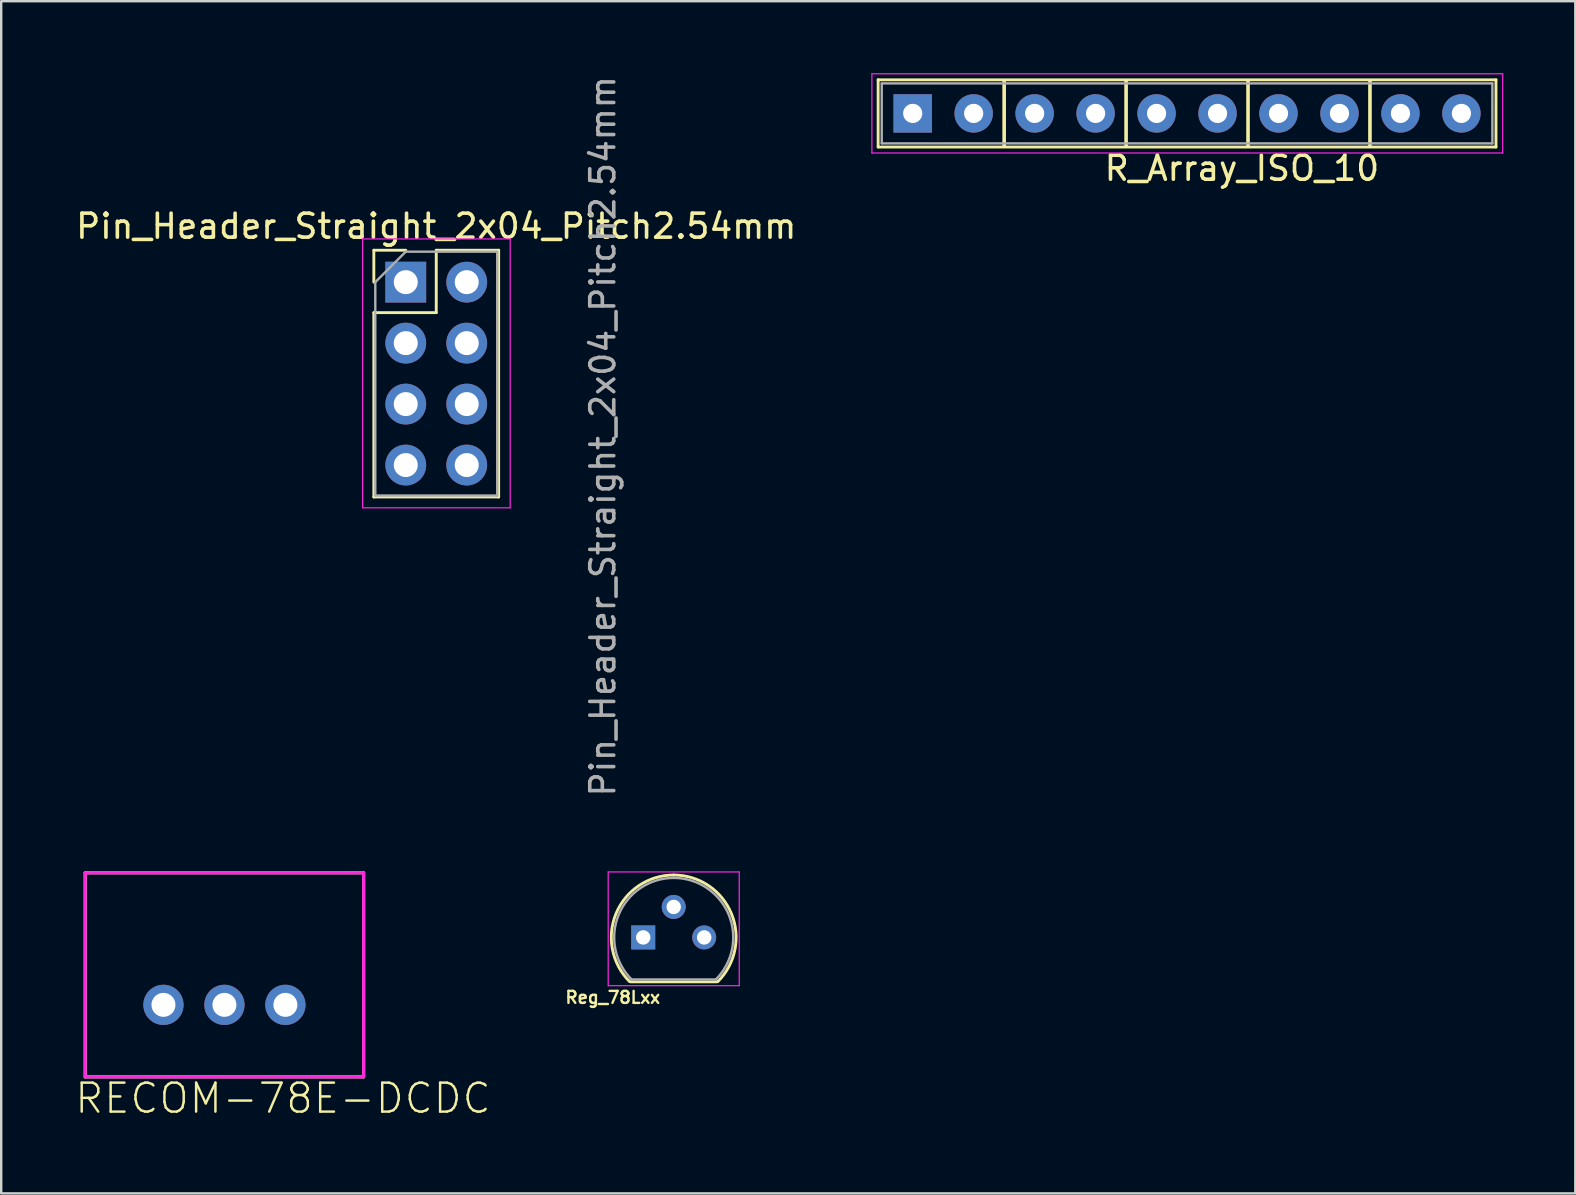
<source format=kicad_pcb>
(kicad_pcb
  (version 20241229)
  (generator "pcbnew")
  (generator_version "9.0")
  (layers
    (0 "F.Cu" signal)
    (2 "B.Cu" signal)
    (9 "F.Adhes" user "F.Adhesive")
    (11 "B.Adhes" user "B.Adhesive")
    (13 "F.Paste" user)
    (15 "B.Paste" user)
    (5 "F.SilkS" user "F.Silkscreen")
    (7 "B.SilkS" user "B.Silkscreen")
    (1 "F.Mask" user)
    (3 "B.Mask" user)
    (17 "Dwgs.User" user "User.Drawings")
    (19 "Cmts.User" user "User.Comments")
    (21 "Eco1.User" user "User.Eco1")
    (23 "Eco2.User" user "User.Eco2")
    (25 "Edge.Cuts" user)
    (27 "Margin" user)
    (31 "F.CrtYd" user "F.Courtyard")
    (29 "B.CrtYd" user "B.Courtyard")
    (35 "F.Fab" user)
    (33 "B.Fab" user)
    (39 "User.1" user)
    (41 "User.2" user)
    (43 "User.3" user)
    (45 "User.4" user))
  (footprint "RECOM-78E-DCDC"
    (layer "F.Cu")
    (at 6.3 38.814)
    (property "Reference" "RECOM-78E-DCDC" (at -6.3 4.6 0) (layer "F.SilkS") (effects (font (size 1.206 1.206) (thickness 0.102)) (justify left bottom)))
    (attr through_hole)
    (fp_line (start -5.8 -5.5) (end -5.8 3) (stroke (width 0.127) (type solid)) (layer "F.SilkS"))
    (fp_line (start -5.8 3) (end 5.8 3) (stroke (width 0.127) (type solid)) (layer "F.SilkS"))
    (fp_line (start 5.8 -5.5) (end -5.8 -5.5) (stroke (width 0.127) (type solid)) (layer "F.SilkS"))
    (fp_line (start 5.8 3) (end 5.8 -5.5) (stroke (width 0.127) (type solid)) (layer "F.SilkS"))
    (fp_line (start -5.8 -5.5) (end -5.8 3) (stroke (width 0.127) (type solid)) (layer "F.CrtYd"))
    (fp_line (start -5.8 3) (end 5.8 3) (stroke (width 0.127) (type solid)) (layer "F.CrtYd"))
    (fp_line (start 5.8 -5.5) (end -5.8 -5.5) (stroke (width 0.127) (type solid)) (layer "F.CrtYd"))
    (fp_line (start 5.8 3) (end 5.8 -5.5) (stroke (width 0.127) (type solid)) (layer "F.CrtYd"))
    (pad "1" thru_hole circle (at -2.54 0) (size 1.676 1.676) (drill 1) (layers "*.Cu" "*.Mask"))
    (pad "2" thru_hole circle (at 0 0) (size 1.676 1.676) (drill 1) (layers "*.Cu" "*.Mask"))
    (pad "3" thru_hole circle (at 2.54 0) (size 1.676 1.676) (drill 1) (layers "*.Cu" "*.Mask")))
  (footprint "R_Array_ISO_10"
    (layer "F.Cu")
    (at 34.975 1.675)
    (property "Reference" "R_Array_ISO_10" (at 13.716 2.286 0) (layer "F.SilkS") (effects (font (size 1 1) (thickness 0.15))))
    (attr through_hole)
    (fp_line (start -1.44 -1.4) (end -1.44 1.4) (stroke (width 0.12) (type solid)) (layer "F.SilkS"))
    (fp_line (start -1.44 1.4) (end 24.3 1.4) (stroke (width 0.12) (type solid)) (layer "F.SilkS"))
    (fp_line (start 3.81 -1.35) (end 3.81 1.35) (stroke (width 0.15) (type solid)) (layer "F.SilkS"))
    (fp_line (start 8.89 1.35) (end 8.89 -1.35) (stroke (width 0.15) (type solid)) (layer "F.SilkS"))
    (fp_line (start 13.97 -1.35) (end 13.97 1.35) (stroke (width 0.15) (type solid)) (layer "F.SilkS"))
    (fp_line (start 19.05 -1.35) (end 19.05 1.35) (stroke (width 0.15) (type solid)) (layer "F.SilkS"))
    (fp_line (start 24.3 -1.4) (end -1.44 -1.4) (stroke (width 0.12) (type solid)) (layer "F.SilkS"))
    (fp_line (start 24.3 1.4) (end 24.3 -1.4) (stroke (width 0.12) (type solid)) (layer "F.SilkS"))
    (fp_line (start -1.7 -1.65) (end -1.7 1.65) (stroke (width 0.05) (type solid)) (layer "F.CrtYd"))
    (fp_line (start -1.7 1.65) (end 24.58 1.65) (stroke (width 0.05) (type solid)) (layer "F.CrtYd"))
    (fp_line (start 24.58 -1.65) (end -1.7 -1.65) (stroke (width 0.05) (type solid)) (layer "F.CrtYd"))
    (fp_line (start 24.58 1.65) (end 24.58 -1.65) (stroke (width 0.05) (type solid)) (layer "F.CrtYd"))
    (fp_line (start -1.29 -1.25) (end -1.29 1.25) (stroke (width 0.1) (type solid)) (layer "F.Fab"))
    (fp_line (start -1.29 1.25) (end 24.15 1.25) (stroke (width 0.1) (type solid)) (layer "F.Fab"))
    (fp_line (start 24.15 -1.25) (end -1.29 -1.25) (stroke (width 0.1) (type solid)) (layer "F.Fab"))
    (fp_line (start 24.15 1.25) (end 24.15 -1.25) (stroke (width 0.1) (type solid)) (layer "F.Fab"))
    (pad "1" thru_hole rect (at 0 0) (size 1.6 1.6) (drill 0.8) (layers "*.Cu" "*.Mask"))
    (pad "2" thru_hole oval (at 2.54 0) (size 1.6 1.6) (drill 0.8) (layers "*.Cu" "*.Mask"))
    (pad "3" thru_hole oval (at 5.08 0) (size 1.6 1.6) (drill 0.8) (layers "*.Cu" "*.Mask"))
    (pad "4" thru_hole oval (at 7.62 0) (size 1.6 1.6) (drill 0.8) (layers "*.Cu" "*.Mask"))
    (pad "5" thru_hole oval (at 10.16 0) (size 1.6 1.6) (drill 0.8) (layers "*.Cu" "*.Mask"))
    (pad "6" thru_hole oval (at 12.7 0) (size 1.6 1.6) (drill 0.8) (layers "*.Cu" "*.Mask"))
    (pad "7" thru_hole oval (at 15.24 0) (size 1.6 1.6) (drill 0.8) (layers "*.Cu" "*.Mask"))
    (pad "8" thru_hole oval (at 17.78 0) (size 1.6 1.6) (drill 0.8) (layers "*.Cu" "*.Mask"))
    (pad "9" thru_hole oval (at 20.32 0) (size 1.6 1.6) (drill 0.8) (layers "*.Cu" "*.Mask"))
    (pad "10" thru_hole oval (at 22.86 0) (size 1.6 1.6) (drill 0.8) (layers "*.Cu" "*.Mask")))
  (footprint "Pin_Header_Straight_2x04_Pitch2.54mm"
    (layer "F.Cu")
    (at 15.075 12.515)
    (property "Reference" "Pin_Header_Straight_2x04_Pitch2.54mm" (at 0.05 -6.14 0) (layer "F.SilkS") (effects (font (size 1 1) (thickness 0.15))))
    (attr through_hole)
    (fp_line (start -2.55 -5.14) (end -1.22 -5.14) (stroke (width 0.12) (type solid)) (layer "F.SilkS"))
    (fp_line (start -2.55 -3.81) (end -2.55 -5.14) (stroke (width 0.12) (type solid)) (layer "F.SilkS"))
    (fp_line (start -2.55 -2.54) (end -2.55 5.14) (stroke (width 0.12) (type solid)) (layer "F.SilkS"))
    (fp_line (start -2.55 -2.54) (end 0.05 -2.54) (stroke (width 0.12) (type solid)) (layer "F.SilkS"))
    (fp_line (start -2.55 5.14) (end 2.65 5.14) (stroke (width 0.12) (type solid)) (layer "F.SilkS"))
    (fp_line (start 0.05 -5.14) (end 2.65 -5.14) (stroke (width 0.12) (type solid)) (layer "F.SilkS"))
    (fp_line (start 0.05 -2.54) (end 0.05 -5.14) (stroke (width 0.12) (type solid)) (layer "F.SilkS"))
    (fp_line (start 2.65 -5.14) (end 2.65 5.14) (stroke (width 0.12) (type solid)) (layer "F.SilkS"))
    (fp_line (start -3.02 -5.61) (end -3.02 5.59) (stroke (width 0.05) (type solid)) (layer "F.CrtYd"))
    (fp_line (start -3.02 5.59) (end 3.13 5.59) (stroke (width 0.05) (type solid)) (layer "F.CrtYd"))
    (fp_line (start 3.13 -5.61) (end -3.02 -5.61) (stroke (width 0.05) (type solid)) (layer "F.CrtYd"))
    (fp_line (start 3.13 5.59) (end 3.13 -5.61) (stroke (width 0.05) (type solid)) (layer "F.CrtYd"))
    (fp_line (start -2.49 -3.81) (end -1.22 -5.08) (stroke (width 0.1) (type solid)) (layer "F.Fab"))
    (fp_line (start -2.49 5.08) (end -2.49 -3.81) (stroke (width 0.1) (type solid)) (layer "F.Fab"))
    (fp_line (start -1.22 -5.08) (end 2.59 -5.08) (stroke (width 0.1) (type solid)) (layer "F.Fab"))
    (fp_line (start 2.59 -5.08) (end 2.59 5.08) (stroke (width 0.1) (type solid)) (layer "F.Fab"))
    (fp_line (start 2.59 5.08) (end -2.49 5.08) (stroke (width 0.1) (type solid)) (layer "F.Fab"))
    (fp_text user "${REFERENCE}" (at 6.99 2.61 90) (layer "F.Fab") (effects (font (size 1 1) (thickness 0.15))))
    (pad "1" thru_hole rect (at -1.22 -3.81) (size 1.7 1.7) (drill 1) (layers "*.Cu" "*.Mask"))
    (pad "2" thru_hole oval (at 1.32 -3.81) (size 1.7 1.7) (drill 1) (layers "*.Cu" "*.Mask"))
    (pad "3" thru_hole oval (at -1.22 -1.27) (size 1.7 1.7) (drill 1) (layers "*.Cu" "*.Mask"))
    (pad "4" thru_hole oval (at 1.32 -1.27) (size 1.7 1.7) (drill 1) (layers "*.Cu" "*.Mask"))
    (pad "5" thru_hole oval (at -1.22 1.27) (size 1.7 1.7) (drill 1) (layers "*.Cu" "*.Mask"))
    (pad "6" thru_hole oval (at 1.32 1.27) (size 1.7 1.7) (drill 1) (layers "*.Cu" "*.Mask"))
    (pad "7" thru_hole oval (at -1.22 3.81) (size 1.7 1.7) (drill 1) (layers "*.Cu" "*.Mask"))
    (pad "8" thru_hole oval (at 1.32 3.81) (size 1.7 1.7) (drill 1) (layers "*.Cu" "*.Mask")))
  (footprint "Reg_78Lxx"
    (layer "F.Cu")
    (at 23.748 36.005)
    (property "Reference" "Reg_78Lxx" (at -1.27 2.5 0) (layer "F.SilkS") (effects (font (size 0.5 0.5) (thickness 0.1))))
    (attr through_hole)
    (fp_line (start -0.53 1.85) (end 3.07 1.85) (stroke (width 0.12) (type solid)) (layer "F.SilkS"))
    (fp_arc (start -0.568478 1.838478) (mid -1.132087 -0.994977) (end 1.27 -2.6) (stroke (width 0.12) (type solid)) (layer "F.SilkS"))
    (fp_arc (start 1.27 -2.6) (mid 3.672087 -0.994977) (end 3.108478 1.838478) (stroke (width 0.12) (type solid)) (layer "F.SilkS"))
    (fp_line (start -1.46 -2.73) (end -1.46 2.01) (stroke (width 0.05) (type solid)) (layer "F.CrtYd"))
    (fp_line (start -1.46 -2.73) (end 4 -2.73) (stroke (width 0.05) (type solid)) (layer "F.CrtYd"))
    (fp_line (start 4 2.01) (end -1.46 2.01) (stroke (width 0.05) (type solid)) (layer "F.CrtYd"))
    (fp_line (start 4 2.01) (end 4 -2.73) (stroke (width 0.05) (type solid)) (layer "F.CrtYd"))
    (fp_line (start -0.5 1.75) (end 3 1.75) (stroke (width 0.1) (type solid)) (layer "F.Fab"))
    (fp_arc (start -0.483625 1.753625) (mid -1.021221 -0.949055) (end 1.27 -2.48) (stroke (width 0.1) (type solid)) (layer "F.Fab"))
    (fp_arc (start 1.27 -2.48) (mid 3.561221 -0.949055) (end 3.023625 1.753625) (stroke (width 0.1) (type solid)) (layer "F.Fab"))
    (pad "1" thru_hole circle (at 2.54 0 180) (size 1 1) (drill 0.6) (layers "*.Cu" "*.Mask"))
    (pad "2" thru_hole circle (at 1.27 -1.27 90) (size 1 1) (drill 0.6) (layers "*.Cu" "*.Mask"))
    (pad "3" thru_hole rect (at 0 0 90) (size 1 1) (drill 0.6) (layers "*.Cu" "*.Mask")))
  (gr_rect
    (start -3 -3)
    (end 62.58 46.67)
    (stroke (width 0.1) (type default))
    (fill no)
    (layer "Edge.Cuts")))
</source>
